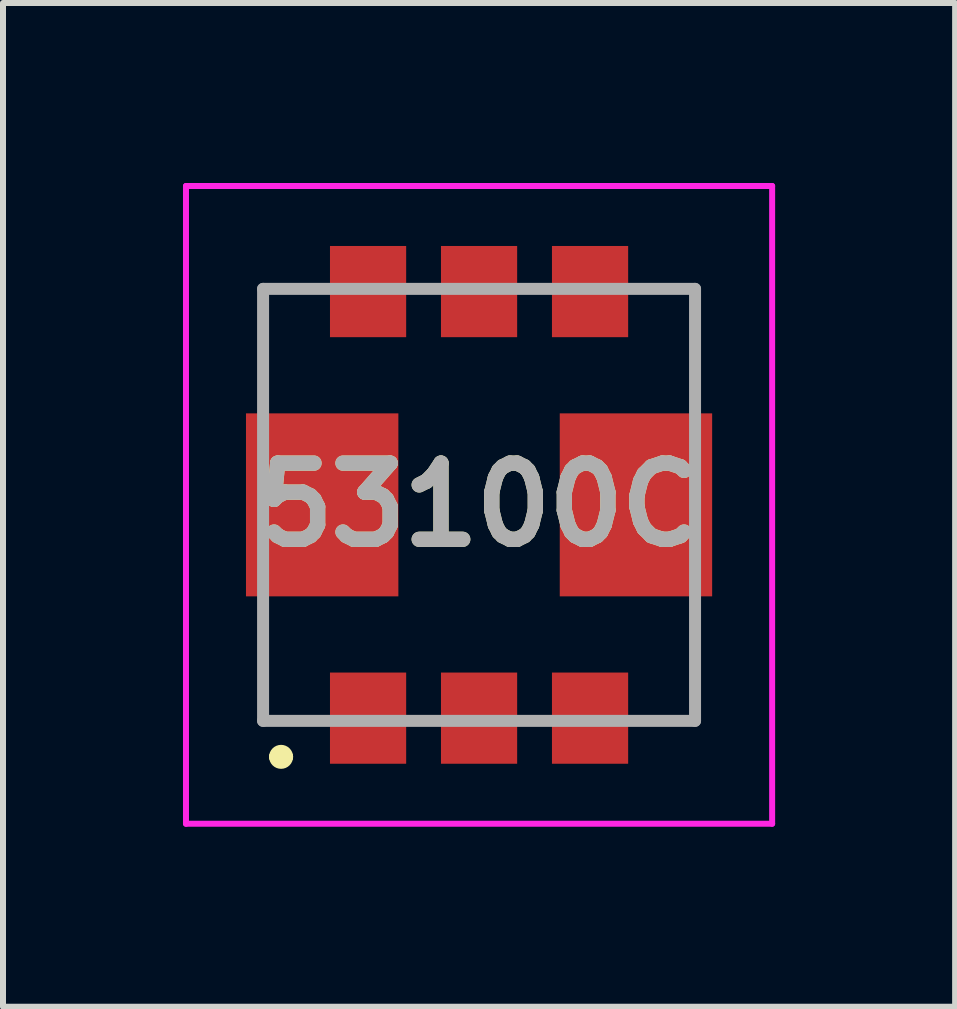
<source format=kicad_pcb>
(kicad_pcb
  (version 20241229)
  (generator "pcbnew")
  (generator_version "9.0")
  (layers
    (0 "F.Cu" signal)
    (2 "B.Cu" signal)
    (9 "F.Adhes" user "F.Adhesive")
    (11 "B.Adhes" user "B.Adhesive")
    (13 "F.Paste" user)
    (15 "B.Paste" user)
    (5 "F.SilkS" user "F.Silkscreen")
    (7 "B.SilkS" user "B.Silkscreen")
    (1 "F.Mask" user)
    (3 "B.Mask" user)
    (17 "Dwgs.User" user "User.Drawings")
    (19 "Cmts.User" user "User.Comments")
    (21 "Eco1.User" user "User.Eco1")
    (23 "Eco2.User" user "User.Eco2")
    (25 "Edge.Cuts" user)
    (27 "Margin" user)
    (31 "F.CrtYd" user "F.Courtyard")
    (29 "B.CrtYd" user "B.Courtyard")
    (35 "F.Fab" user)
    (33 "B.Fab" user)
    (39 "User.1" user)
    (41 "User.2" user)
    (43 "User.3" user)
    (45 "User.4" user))
  (footprint "53100C"
    (layer "F.Cu")
    (at 4.935 5.365)
    (property "Reference" "53100C" (at 0 0 0) (layer "F.SilkS") (effects (font (size 1.27 1.27) (thickness 0.254))))
    (attr smd)
    (fp_line (start -3.6 -3.6) (end -3.6 -1.8) (stroke (width 0.1) (type solid)) (layer "F.SilkS"))
    (fp_line (start -3.6 1.8) (end -3.6 3.6) (stroke (width 0.1) (type solid)) (layer "F.SilkS"))
    (fp_line (start -3.6 3.6) (end -2.8 3.6) (stroke (width 0.1) (type solid)) (layer "F.SilkS"))
    (fp_line (start -3.4 4.2) (end -3.4 4.2) (stroke (width 0.2) (type solid)) (layer "F.SilkS"))
    (fp_line (start -3.2 4.2) (end -3.2 4.2) (stroke (width 0.2) (type solid)) (layer "F.SilkS"))
    (fp_line (start -2.8 -3.6) (end -3.6 -3.6) (stroke (width 0.1) (type solid)) (layer "F.SilkS"))
    (fp_line (start -2.8 3.6) (end -2.8 3.6) (stroke (width 0.1) (type solid)) (layer "F.SilkS"))
    (fp_line (start 2.8 -3.6) (end 3.6 -3.6) (stroke (width 0.1) (type solid)) (layer "F.SilkS"))
    (fp_line (start 3.6 -3.6) (end 3.6 -1.8) (stroke (width 0.1) (type solid)) (layer "F.SilkS"))
    (fp_line (start 3.6 -1.8) (end 3.6 -1.8) (stroke (width 0.1) (type solid)) (layer "F.SilkS"))
    (fp_line (start 3.6 -1.8) (end 3.6 -1.8) (stroke (width 0.1) (type solid)) (layer "F.SilkS"))
    (fp_line (start 3.6 1.8) (end 3.6 3.6) (stroke (width 0.1) (type solid)) (layer "F.SilkS"))
    (fp_line (start 3.6 3.6) (end 2.8 3.6) (stroke (width 0.1) (type solid)) (layer "F.SilkS"))
    (fp_arc (start -3.4 4.2) (mid -3.3 4.1) (end -3.2 4.2) (stroke (width 0.2) (type solid)) (layer "F.SilkS"))
    (fp_arc (start -3.2 4.2) (mid -3.3 4.3) (end -3.4 4.2) (stroke (width 0.2) (type solid)) (layer "F.SilkS"))
    (fp_line (start -4.885 -5.315) (end 4.885 -5.315) (stroke (width 0.1) (type solid)) (layer "F.CrtYd"))
    (fp_line (start -4.885 5.315) (end -4.885 -5.315) (stroke (width 0.1) (type solid)) (layer "F.CrtYd"))
    (fp_line (start 4.885 -5.315) (end 4.885 5.315) (stroke (width 0.1) (type solid)) (layer "F.CrtYd"))
    (fp_line (start 4.885 5.315) (end -4.885 5.315) (stroke (width 0.1) (type solid)) (layer "F.CrtYd"))
    (fp_line (start -3.6 -3.6) (end 3.6 -3.6) (stroke (width 0.2) (type solid)) (layer "F.Fab"))
    (fp_line (start -3.6 3.6) (end -3.6 -3.6) (stroke (width 0.2) (type solid)) (layer "F.Fab"))
    (fp_line (start 3.6 -3.6) (end 3.6 3.6) (stroke (width 0.2) (type solid)) (layer "F.Fab"))
    (fp_line (start 3.6 3.6) (end -3.6 3.6) (stroke (width 0.2) (type solid)) (layer "F.Fab"))
    (fp_text user "${REFERENCE}" (at 0 0 0) (layer "F.Fab") (effects (font (size 1.27 1.27) (thickness 0.254))))
    (pad "1" smd rect (at -1.85 3.555) (size 1.27 1.52) (layers "F.Cu" "F.Mask" "F.Paste"))
    (pad "2" smd rect (at 0 3.555) (size 1.27 1.52) (layers "F.Cu" "F.Mask" "F.Paste"))
    (pad "3" smd rect (at 1.85 3.555) (size 1.27 1.52) (layers "F.Cu" "F.Mask" "F.Paste"))
    (pad "4" smd rect (at 1.85 -3.555) (size 1.27 1.52) (layers "F.Cu" "F.Mask" "F.Paste"))
    (pad "5" smd rect (at 0 -3.555) (size 1.27 1.52) (layers "F.Cu" "F.Mask" "F.Paste"))
    (pad "6" smd rect (at -1.85 -3.555) (size 1.27 1.52) (layers "F.Cu" "F.Mask" "F.Paste"))
    (pad "7" smd rect (at 2.615 0) (size 2.54 3.05) (layers "F.Cu" "F.Mask" "F.Paste"))
    (pad "8" smd rect (at -2.615 0) (size 2.54 3.05) (layers "F.Cu" "F.Mask" "F.Paste")))
  (gr_rect
    (start -3 -3)
    (end 12.87 13.73)
    (stroke (width 0.1) (type default))
    (fill no)
    (layer "Edge.Cuts")))
</source>
